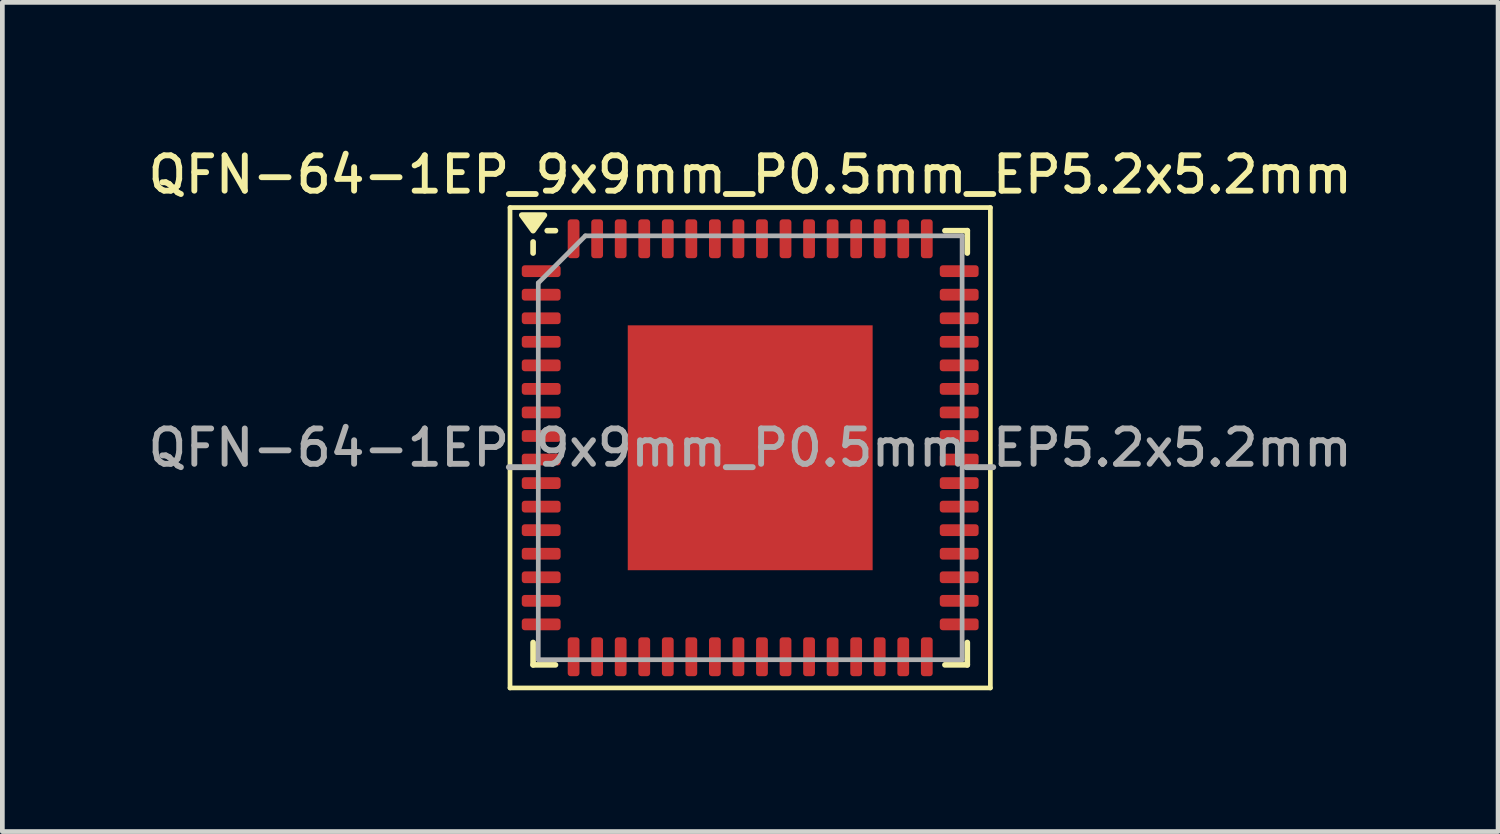
<source format=kicad_pcb>
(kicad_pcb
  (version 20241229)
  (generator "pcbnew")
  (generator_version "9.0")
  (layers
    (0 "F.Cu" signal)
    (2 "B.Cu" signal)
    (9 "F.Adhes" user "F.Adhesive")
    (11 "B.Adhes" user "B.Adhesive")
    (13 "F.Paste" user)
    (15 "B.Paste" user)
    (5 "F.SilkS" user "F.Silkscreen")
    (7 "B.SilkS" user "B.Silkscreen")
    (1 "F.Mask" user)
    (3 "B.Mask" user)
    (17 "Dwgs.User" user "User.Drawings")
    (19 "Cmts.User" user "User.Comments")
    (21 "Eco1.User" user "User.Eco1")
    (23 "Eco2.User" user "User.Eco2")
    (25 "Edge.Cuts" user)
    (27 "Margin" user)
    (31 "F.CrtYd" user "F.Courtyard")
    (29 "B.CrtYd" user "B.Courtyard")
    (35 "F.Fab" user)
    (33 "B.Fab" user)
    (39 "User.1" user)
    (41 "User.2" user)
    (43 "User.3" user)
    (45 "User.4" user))
  (footprint "QFN-64-1EP_9x9mm_P0.5mm_EP5.2x5.2mm"
    (layer "F.Cu")
    (at 12.88 6.458)
    (property "Reference" "QFN-64-1EP_9x9mm_P0.5mm_EP5.2x5.2mm" (at 0 -5.8 0) (layer "F.SilkS") (effects (font (size 0.75 0.75) (thickness 0.125))))
    (attr smd)
    (fp_line (start -5.1 -5.1) (end -5.1 5.1) (stroke (width 0.1) (type solid)) (layer "F.SilkS"))
    (fp_line (start -5.1 5.1) (end 5.1 5.1) (stroke (width 0.1) (type solid)) (layer "F.SilkS"))
    (fp_line (start -4.61 -4.135) (end -4.61 -4.37) (stroke (width 0.12) (type solid)) (layer "F.SilkS"))
    (fp_line (start -4.61 4.61) (end -4.61 4.135) (stroke (width 0.12) (type solid)) (layer "F.SilkS"))
    (fp_line (start -4.135 -4.61) (end -4.31 -4.61) (stroke (width 0.12) (type solid)) (layer "F.SilkS"))
    (fp_line (start -4.135 4.61) (end -4.61 4.61) (stroke (width 0.12) (type solid)) (layer "F.SilkS"))
    (fp_line (start 4.135 -4.61) (end 4.61 -4.61) (stroke (width 0.12) (type solid)) (layer "F.SilkS"))
    (fp_line (start 4.135 4.61) (end 4.61 4.61) (stroke (width 0.12) (type solid)) (layer "F.SilkS"))
    (fp_line (start 4.61 -4.61) (end 4.61 -4.135) (stroke (width 0.12) (type solid)) (layer "F.SilkS"))
    (fp_line (start 4.61 4.61) (end 4.61 4.135) (stroke (width 0.12) (type solid)) (layer "F.SilkS"))
    (fp_line (start 5.1 -5.1) (end -5.1 -5.1) (stroke (width 0.1) (type solid)) (layer "F.SilkS"))
    (fp_line (start 5.1 5.1) (end 5.1 -5.1) (stroke (width 0.1) (type solid)) (layer "F.SilkS"))
    (fp_poly (pts (xy -4.61 -4.61) (xy -4.85 -4.94) (xy -4.37 -4.94) (xy -4.61 -4.61)) (stroke (width 0.12) (type solid)) (fill yes) (layer "F.SilkS"))
    (fp_line (start -4.5 -3.5) (end -3.5 -4.5) (stroke (width 0.1) (type solid)) (layer "F.Fab"))
    (fp_line (start -4.5 4.5) (end -4.5 -3.5) (stroke (width 0.1) (type solid)) (layer "F.Fab"))
    (fp_line (start -3.5 -4.5) (end 4.5 -4.5) (stroke (width 0.1) (type solid)) (layer "F.Fab"))
    (fp_line (start 4.5 -4.5) (end 4.5 4.5) (stroke (width 0.1) (type solid)) (layer "F.Fab"))
    (fp_line (start 4.5 4.5) (end -4.5 4.5) (stroke (width 0.1) (type solid)) (layer "F.Fab"))
    (fp_text user "${REFERENCE}" (at 0 0 0) (layer "F.Fab") (effects (font (size 0.75 0.75) (thickness 0.125))))
    (pad "" smd roundrect (at -1.95 -1.95) (size 1.05 1.05) (layers "F.Paste") (roundrect_rratio 0.238))
    (pad "" smd roundrect (at -1.95 -0.65) (size 1.05 1.05) (layers "F.Paste") (roundrect_rratio 0.238))
    (pad "" smd roundrect (at -1.95 0.65) (size 1.05 1.05) (layers "F.Paste") (roundrect_rratio 0.238))
    (pad "" smd roundrect (at -1.95 1.95) (size 1.05 1.05) (layers "F.Paste") (roundrect_rratio 0.238))
    (pad "" smd roundrect (at -0.65 -1.95) (size 1.05 1.05) (layers "F.Paste") (roundrect_rratio 0.238))
    (pad "" smd roundrect (at -0.65 -0.65) (size 1.05 1.05) (layers "F.Paste") (roundrect_rratio 0.238))
    (pad "" smd roundrect (at -0.65 0.65) (size 1.05 1.05) (layers "F.Paste") (roundrect_rratio 0.238))
    (pad "" smd roundrect (at -0.65 1.95) (size 1.05 1.05) (layers "F.Paste") (roundrect_rratio 0.238))
    (pad "" smd roundrect (at 0.65 -1.95) (size 1.05 1.05) (layers "F.Paste") (roundrect_rratio 0.238))
    (pad "" smd roundrect (at 0.65 -0.65) (size 1.05 1.05) (layers "F.Paste") (roundrect_rratio 0.238))
    (pad "" smd roundrect (at 0.65 0.65) (size 1.05 1.05) (layers "F.Paste") (roundrect_rratio 0.238))
    (pad "" smd roundrect (at 0.65 1.95) (size 1.05 1.05) (layers "F.Paste") (roundrect_rratio 0.238))
    (pad "" smd roundrect (at 1.95 -1.95) (size 1.05 1.05) (layers "F.Paste") (roundrect_rratio 0.238))
    (pad "" smd roundrect (at 1.95 -0.65) (size 1.05 1.05) (layers "F.Paste") (roundrect_rratio 0.238))
    (pad "" smd roundrect (at 1.95 0.65) (size 1.05 1.05) (layers "F.Paste") (roundrect_rratio 0.238))
    (pad "" smd roundrect (at 1.95 1.95) (size 1.05 1.05) (layers "F.Paste") (roundrect_rratio 0.238))
    (pad "1" smd roundrect (at -4.438 -3.75) (size 0.825 0.25) (layers "F.Cu" "F.Mask" "F.Paste") (roundrect_rratio 0.25))
    (pad "2" smd roundrect (at -4.438 -3.25) (size 0.825 0.25) (layers "F.Cu" "F.Mask" "F.Paste") (roundrect_rratio 0.25))
    (pad "3" smd roundrect (at -4.438 -2.75) (size 0.825 0.25) (layers "F.Cu" "F.Mask" "F.Paste") (roundrect_rratio 0.25))
    (pad "4" smd roundrect (at -4.438 -2.25) (size 0.825 0.25) (layers "F.Cu" "F.Mask" "F.Paste") (roundrect_rratio 0.25))
    (pad "5" smd roundrect (at -4.438 -1.75) (size 0.825 0.25) (layers "F.Cu" "F.Mask" "F.Paste") (roundrect_rratio 0.25))
    (pad "6" smd roundrect (at -4.438 -1.25) (size 0.825 0.25) (layers "F.Cu" "F.Mask" "F.Paste") (roundrect_rratio 0.25))
    (pad "7" smd roundrect (at -4.438 -0.75) (size 0.825 0.25) (layers "F.Cu" "F.Mask" "F.Paste") (roundrect_rratio 0.25))
    (pad "8" smd roundrect (at -4.438 -0.25) (size 0.825 0.25) (layers "F.Cu" "F.Mask" "F.Paste") (roundrect_rratio 0.25))
    (pad "9" smd roundrect (at -4.438 0.25) (size 0.825 0.25) (layers "F.Cu" "F.Mask" "F.Paste") (roundrect_rratio 0.25))
    (pad "10" smd roundrect (at -4.438 0.75) (size 0.825 0.25) (layers "F.Cu" "F.Mask" "F.Paste") (roundrect_rratio 0.25))
    (pad "11" smd roundrect (at -4.438 1.25) (size 0.825 0.25) (layers "F.Cu" "F.Mask" "F.Paste") (roundrect_rratio 0.25))
    (pad "12" smd roundrect (at -4.438 1.75) (size 0.825 0.25) (layers "F.Cu" "F.Mask" "F.Paste") (roundrect_rratio 0.25))
    (pad "13" smd roundrect (at -4.438 2.25) (size 0.825 0.25) (layers "F.Cu" "F.Mask" "F.Paste") (roundrect_rratio 0.25))
    (pad "14" smd roundrect (at -4.438 2.75) (size 0.825 0.25) (layers "F.Cu" "F.Mask" "F.Paste") (roundrect_rratio 0.25))
    (pad "15" smd roundrect (at -4.438 3.25) (size 0.825 0.25) (layers "F.Cu" "F.Mask" "F.Paste") (roundrect_rratio 0.25))
    (pad "16" smd roundrect (at -4.438 3.75) (size 0.825 0.25) (layers "F.Cu" "F.Mask" "F.Paste") (roundrect_rratio 0.25))
    (pad "17" smd roundrect (at -3.75 4.438) (size 0.25 0.825) (layers "F.Cu" "F.Mask" "F.Paste") (roundrect_rratio 0.25))
    (pad "18" smd roundrect (at -3.25 4.438) (size 0.25 0.825) (layers "F.Cu" "F.Mask" "F.Paste") (roundrect_rratio 0.25))
    (pad "19" smd roundrect (at -2.75 4.438) (size 0.25 0.825) (layers "F.Cu" "F.Mask" "F.Paste") (roundrect_rratio 0.25))
    (pad "20" smd roundrect (at -2.25 4.438) (size 0.25 0.825) (layers "F.Cu" "F.Mask" "F.Paste") (roundrect_rratio 0.25))
    (pad "21" smd roundrect (at -1.75 4.438) (size 0.25 0.825) (layers "F.Cu" "F.Mask" "F.Paste") (roundrect_rratio 0.25))
    (pad "22" smd roundrect (at -1.25 4.438) (size 0.25 0.825) (layers "F.Cu" "F.Mask" "F.Paste") (roundrect_rratio 0.25))
    (pad "23" smd roundrect (at -0.75 4.438) (size 0.25 0.825) (layers "F.Cu" "F.Mask" "F.Paste") (roundrect_rratio 0.25))
    (pad "24" smd roundrect (at -0.25 4.438) (size 0.25 0.825) (layers "F.Cu" "F.Mask" "F.Paste") (roundrect_rratio 0.25))
    (pad "25" smd roundrect (at 0.25 4.438) (size 0.25 0.825) (layers "F.Cu" "F.Mask" "F.Paste") (roundrect_rratio 0.25))
    (pad "26" smd roundrect (at 0.75 4.438) (size 0.25 0.825) (layers "F.Cu" "F.Mask" "F.Paste") (roundrect_rratio 0.25))
    (pad "27" smd roundrect (at 1.25 4.438) (size 0.25 0.825) (layers "F.Cu" "F.Mask" "F.Paste") (roundrect_rratio 0.25))
    (pad "28" smd roundrect (at 1.75 4.438) (size 0.25 0.825) (layers "F.Cu" "F.Mask" "F.Paste") (roundrect_rratio 0.25))
    (pad "29" smd roundrect (at 2.25 4.438) (size 0.25 0.825) (layers "F.Cu" "F.Mask" "F.Paste") (roundrect_rratio 0.25))
    (pad "30" smd roundrect (at 2.75 4.438) (size 0.25 0.825) (layers "F.Cu" "F.Mask" "F.Paste") (roundrect_rratio 0.25))
    (pad "31" smd roundrect (at 3.25 4.438) (size 0.25 0.825) (layers "F.Cu" "F.Mask" "F.Paste") (roundrect_rratio 0.25))
    (pad "32" smd roundrect (at 3.75 4.438) (size 0.25 0.825) (layers "F.Cu" "F.Mask" "F.Paste") (roundrect_rratio 0.25))
    (pad "33" smd roundrect (at 4.438 3.75) (size 0.825 0.25) (layers "F.Cu" "F.Mask" "F.Paste") (roundrect_rratio 0.25))
    (pad "34" smd roundrect (at 4.438 3.25) (size 0.825 0.25) (layers "F.Cu" "F.Mask" "F.Paste") (roundrect_rratio 0.25))
    (pad "35" smd roundrect (at 4.438 2.75) (size 0.825 0.25) (layers "F.Cu" "F.Mask" "F.Paste") (roundrect_rratio 0.25))
    (pad "36" smd roundrect (at 4.438 2.25) (size 0.825 0.25) (layers "F.Cu" "F.Mask" "F.Paste") (roundrect_rratio 0.25))
    (pad "37" smd roundrect (at 4.438 1.75) (size 0.825 0.25) (layers "F.Cu" "F.Mask" "F.Paste") (roundrect_rratio 0.25))
    (pad "38" smd roundrect (at 4.438 1.25) (size 0.825 0.25) (layers "F.Cu" "F.Mask" "F.Paste") (roundrect_rratio 0.25))
    (pad "39" smd roundrect (at 4.438 0.75) (size 0.825 0.25) (layers "F.Cu" "F.Mask" "F.Paste") (roundrect_rratio 0.25))
    (pad "40" smd roundrect (at 4.438 0.25) (size 0.825 0.25) (layers "F.Cu" "F.Mask" "F.Paste") (roundrect_rratio 0.25))
    (pad "41" smd roundrect (at 4.438 -0.25) (size 0.825 0.25) (layers "F.Cu" "F.Mask" "F.Paste") (roundrect_rratio 0.25))
    (pad "42" smd roundrect (at 4.438 -0.75) (size 0.825 0.25) (layers "F.Cu" "F.Mask" "F.Paste") (roundrect_rratio 0.25))
    (pad "43" smd roundrect (at 4.438 -1.25) (size 0.825 0.25) (layers "F.Cu" "F.Mask" "F.Paste") (roundrect_rratio 0.25))
    (pad "44" smd roundrect (at 4.438 -1.75) (size 0.825 0.25) (layers "F.Cu" "F.Mask" "F.Paste") (roundrect_rratio 0.25))
    (pad "45" smd roundrect (at 4.438 -2.25) (size 0.825 0.25) (layers "F.Cu" "F.Mask" "F.Paste") (roundrect_rratio 0.25))
    (pad "46" smd roundrect (at 4.438 -2.75) (size 0.825 0.25) (layers "F.Cu" "F.Mask" "F.Paste") (roundrect_rratio 0.25))
    (pad "47" smd roundrect (at 4.438 -3.25) (size 0.825 0.25) (layers "F.Cu" "F.Mask" "F.Paste") (roundrect_rratio 0.25))
    (pad "48" smd roundrect (at 4.438 -3.75) (size 0.825 0.25) (layers "F.Cu" "F.Mask" "F.Paste") (roundrect_rratio 0.25))
    (pad "49" smd roundrect (at 3.75 -4.438) (size 0.25 0.825) (layers "F.Cu" "F.Mask" "F.Paste") (roundrect_rratio 0.25))
    (pad "50" smd roundrect (at 3.25 -4.438) (size 0.25 0.825) (layers "F.Cu" "F.Mask" "F.Paste") (roundrect_rratio 0.25))
    (pad "51" smd roundrect (at 2.75 -4.438) (size 0.25 0.825) (layers "F.Cu" "F.Mask" "F.Paste") (roundrect_rratio 0.25))
    (pad "52" smd roundrect (at 2.25 -4.438) (size 0.25 0.825) (layers "F.Cu" "F.Mask" "F.Paste") (roundrect_rratio 0.25))
    (pad "53" smd roundrect (at 1.75 -4.438) (size 0.25 0.825) (layers "F.Cu" "F.Mask" "F.Paste") (roundrect_rratio 0.25))
    (pad "54" smd roundrect (at 1.25 -4.438) (size 0.25 0.825) (layers "F.Cu" "F.Mask" "F.Paste") (roundrect_rratio 0.25))
    (pad "55" smd roundrect (at 0.75 -4.438) (size 0.25 0.825) (layers "F.Cu" "F.Mask" "F.Paste") (roundrect_rratio 0.25))
    (pad "56" smd roundrect (at 0.25 -4.438) (size 0.25 0.825) (layers "F.Cu" "F.Mask" "F.Paste") (roundrect_rratio 0.25))
    (pad "57" smd roundrect (at -0.25 -4.438) (size 0.25 0.825) (layers "F.Cu" "F.Mask" "F.Paste") (roundrect_rratio 0.25))
    (pad "58" smd roundrect (at -0.75 -4.438) (size 0.25 0.825) (layers "F.Cu" "F.Mask" "F.Paste") (roundrect_rratio 0.25))
    (pad "59" smd roundrect (at -1.25 -4.438) (size 0.25 0.825) (layers "F.Cu" "F.Mask" "F.Paste") (roundrect_rratio 0.25))
    (pad "60" smd roundrect (at -1.75 -4.438) (size 0.25 0.825) (layers "F.Cu" "F.Mask" "F.Paste") (roundrect_rratio 0.25))
    (pad "61" smd roundrect (at -2.25 -4.438) (size 0.25 0.825) (layers "F.Cu" "F.Mask" "F.Paste") (roundrect_rratio 0.25))
    (pad "62" smd roundrect (at -2.75 -4.438) (size 0.25 0.825) (layers "F.Cu" "F.Mask" "F.Paste") (roundrect_rratio 0.25))
    (pad "63" smd roundrect (at -3.25 -4.438) (size 0.25 0.825) (layers "F.Cu" "F.Mask" "F.Paste") (roundrect_rratio 0.25))
    (pad "64" smd roundrect (at -3.75 -4.438) (size 0.25 0.825) (layers "F.Cu" "F.Mask" "F.Paste") (roundrect_rratio 0.25))
    (pad "65" smd rect (at 0 0) (size 5.2 5.2) (property pad_prop_heatsink) (layers "F.Cu" "F.Mask")))
  (gr_rect
    (start -3 -3)
    (end 28.761 14.608)
    (stroke (width 0.1) (type default))
    (fill no)
    (layer "Edge.Cuts")))
</source>
